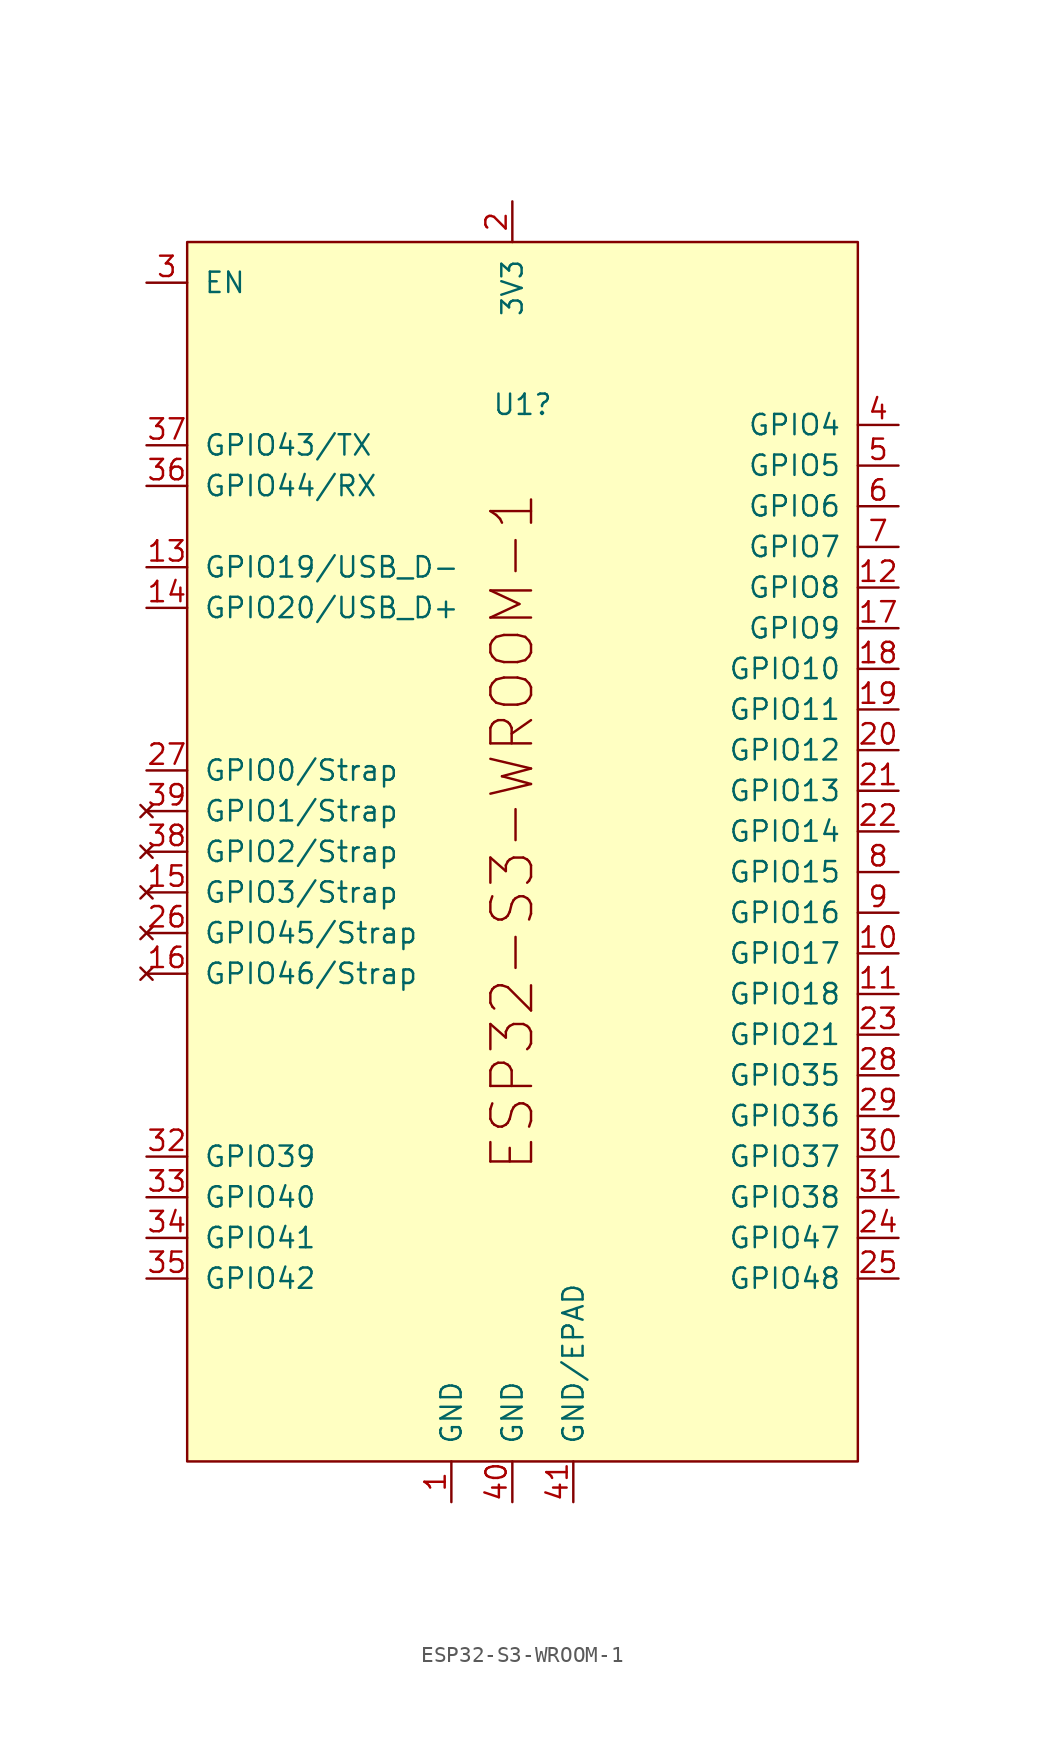
<source format=kicad_sym>
(kicad_symbol_lib
  (version 20220914)
  (generator kicad_symbol_editor)
  (symbol "ESP32-S3-WROOM-1"
    (pin_names
      (offset 1.016))
    (property "Reference" "U1"
      (at -1.27 27.94 0)
      (effects (font (size 1.27 1.27)) (justify left)))
    (symbol "ESP32-S3-WROOM-1_0_0"
      (text "ESP32-S3-WROOM-1" (at 0 1.27 900) (effects (font (size 2.54 2.54))))
      (pin power_in line (at -3.81 -40.64 90) (length 2.54) (name "GND" (effects (font (size 1.27 1.27)))) (number "1" (effects (font (size 1.27 1.27)))))
      (pin bidirectional line (at 24.13 -6.35 180) (length 2.54) (name "GPIO17" (effects (font (size 1.27 1.27)))) (number "10" (effects (font (size 1.27 1.27)))))
      (pin bidirectional line (at 24.13 -8.89 180) (length 2.54) (name "GPIO18" (effects (font (size 1.27 1.27)))) (number "11" (effects (font (size 1.27 1.27)))))
      (pin bidirectional line (at 24.13 16.51 180) (length 2.54) (name "GPIO8" (effects (font (size 1.27 1.27)))) (number "12" (effects (font (size 1.27 1.27)))))
      (pin bidirectional line (at -22.86 17.78 0) (length 2.54) (name "GPIO19/USB_D-" (effects (font (size 1.27 1.27)))) (number "13" (effects (font (size 1.27 1.27)))))
      (pin bidirectional line (at -22.86 15.24 0) (length 2.54) (name "GPIO20/USB_D+" (effects (font (size 1.27 1.27)))) (number "14" (effects (font (size 1.27 1.27)))))
      (pin bidirectional line (at 24.13 13.97 180) (length 2.54) (name "GPIO9" (effects (font (size 1.27 1.27)))) (number "17" (effects (font (size 1.27 1.27)))))
      (pin bidirectional line (at 24.13 11.43 180) (length 2.54) (name "GPIO10" (effects (font (size 1.27 1.27)))) (number "18" (effects (font (size 1.27 1.27)))))
      (pin bidirectional line (at 24.13 8.89 180) (length 2.54) (name "GPIO11" (effects (font (size 1.27 1.27)))) (number "19" (effects (font (size 1.27 1.27)))))
      (pin power_in line (at 0 40.64 270) (length 2.54) (name "3V3" (effects (font (size 1.27 1.27)))) (number "2" (effects (font (size 1.27 1.27)))))
      (pin bidirectional line (at 24.13 6.35 180) (length 2.54) (name "GPIO12" (effects (font (size 1.27 1.27)))) (number "20" (effects (font (size 1.27 1.27)))))
      (pin bidirectional line (at 24.13 3.81 180) (length 2.54) (name "GPIO13" (effects (font (size 1.27 1.27)))) (number "21" (effects (font (size 1.27 1.27)))))
      (pin bidirectional line (at 24.13 1.27 180) (length 2.54) (name "GPIO14" (effects (font (size 1.27 1.27)))) (number "22" (effects (font (size 1.27 1.27)))))
      (pin bidirectional line (at 24.13 -11.43 180) (length 2.54) (name "GPIO21" (effects (font (size 1.27 1.27)))) (number "23" (effects (font (size 1.27 1.27)))))
      (pin bidirectional line (at 24.13 -24.13 180) (length 2.54) (name "GPIO47" (effects (font (size 1.27 1.27)))) (number "24" (effects (font (size 1.27 1.27)))))
      (pin bidirectional line (at 24.13 -26.67 180) (length 2.54) (name "GPIO48" (effects (font (size 1.27 1.27)))) (number "25" (effects (font (size 1.27 1.27)))))
      (pin bidirectional line (at 24.13 -13.97 180) (length 2.54) (name "GPIO35" (effects (font (size 1.27 1.27)))) (number "28" (effects (font (size 1.27 1.27)))))
      (pin bidirectional line (at 24.13 -16.51 180) (length 2.54) (name "GPIO36" (effects (font (size 1.27 1.27)))) (number "29" (effects (font (size 1.27 1.27)))))
      (pin input line (at -22.86 35.56 0) (length 2.54) (name "EN" (effects (font (size 1.27 1.27)))) (number "3" (effects (font (size 1.27 1.27)))))
      (pin bidirectional line (at 24.13 -19.05 180) (length 2.54) (name "GPIO37" (effects (font (size 1.27 1.27)))) (number "30" (effects (font (size 1.27 1.27)))))
      (pin bidirectional line (at 24.13 -21.59 180) (length 2.54) (name "GPIO38" (effects (font (size 1.27 1.27)))) (number "31" (effects (font (size 1.27 1.27)))))
      (pin bidirectional line (at -22.86 -19.05 0) (length 2.54) (name "GPIO39" (effects (font (size 1.27 1.27)))) (number "32" (effects (font (size 1.27 1.27)))))
      (pin bidirectional line (at -22.86 -21.59 0) (length 2.54) (name "GPIO40" (effects (font (size 1.27 1.27)))) (number "33" (effects (font (size 1.27 1.27)))))
      (pin bidirectional line (at -22.86 -24.13 0) (length 2.54) (name "GPIO41" (effects (font (size 1.27 1.27)))) (number "34" (effects (font (size 1.27 1.27)))))
      (pin bidirectional line (at -22.86 -26.67 0) (length 2.54) (name "GPIO42" (effects (font (size 1.27 1.27)))) (number "35" (effects (font (size 1.27 1.27)))))
      (pin no_connect line (at -22.86 0 0) (length 2.54) (name "GPIO2/Strap" (effects (font (size 1.27 1.27)))) (number "38" (effects (font (size 1.27 1.27)))))
      (pin bidirectional line (at 24.13 26.67 180) (length 2.54) (name "GPIO4" (effects (font (size 1.27 1.27)))) (number "4" (effects (font (size 1.27 1.27)))))
      (pin bidirectional line (at 24.13 24.13 180) (length 2.54) (name "GPIO5" (effects (font (size 1.27 1.27)))) (number "5" (effects (font (size 1.27 1.27)))))
      (pin bidirectional line (at 24.13 21.59 180) (length 2.54) (name "GPIO6" (effects (font (size 1.27 1.27)))) (number "6" (effects (font (size 1.27 1.27)))))
      (pin bidirectional line (at 24.13 19.05 180) (length 2.54) (name "GPIO7" (effects (font (size 1.27 1.27)))) (number "7" (effects (font (size 1.27 1.27)))))
      (pin bidirectional line (at 24.13 -1.27 180) (length 2.54) (name "GPIO15" (effects (font (size 1.27 1.27)))) (number "8" (effects (font (size 1.27 1.27)))))
      (pin bidirectional line (at 24.13 -3.81 180) (length 2.54) (name "GPIO16" (effects (font (size 1.27 1.27)))) (number "9" (effects (font (size 1.27 1.27))))))
    (symbol "ESP32-S3-WROOM-1_0_1"
      (rectangle (start -20.32 38.1) (end 21.59 -38.1) (stroke (width 0) (type default)) (fill (type background))))
    (symbol "ESP32-S3-WROOM-1_1_0"
      (pin no_connect line (at -22.86 -2.54 0) (length 2.54) (name "GPIO3/Strap" (effects (font (size 1.27 1.27)))) (number "15" (effects (font (size 1.27 1.27)))))
      (pin no_connect line (at -22.86 -7.62 0) (length 2.54) (name "GPIO46/Strap" (effects (font (size 1.27 1.27)))) (number "16" (effects (font (size 1.27 1.27)))))
      (pin no_connect line (at -22.86 -5.08 0) (length 2.54) (name "GPIO45/Strap" (effects (font (size 1.27 1.27)))) (number "26" (effects (font (size 1.27 1.27)))))
      (pin passive line (at -22.86 5.08 0) (length 2.54) (name "GPIO0/Strap" (effects (font (size 1.27 1.27)))) (number "27" (effects (font (size 1.27 1.27)))))
      (pin bidirectional line (at -22.86 22.86 0) (length 2.54) (name "GPIO44/RX" (effects (font (size 1.27 1.27)))) (number "36" (effects (font (size 1.27 1.27)))))
      (pin bidirectional line (at -22.86 25.4 0) (length 2.54) (name "GPIO43/TX" (effects (font (size 1.27 1.27)))) (number "37" (effects (font (size 1.27 1.27)))))
      (pin no_connect line (at -22.86 2.54 0) (length 2.54) (name "GPIO1/Strap" (effects (font (size 1.27 1.27)))) (number "39" (effects (font (size 1.27 1.27)))))
      (pin passive line (at 0 -40.64 90) (length 2.54) (name "GND" (effects (font (size 1.27 1.27)))) (number "40" (effects (font (size 1.27 1.27)))))
      (pin passive line (at 3.81 -40.64 90) (length 2.54) (name "GND/EPAD" (effects (font (size 1.27 1.27)))) (number "41" (effects (font (size 1.27 1.27))))))))
</source>
